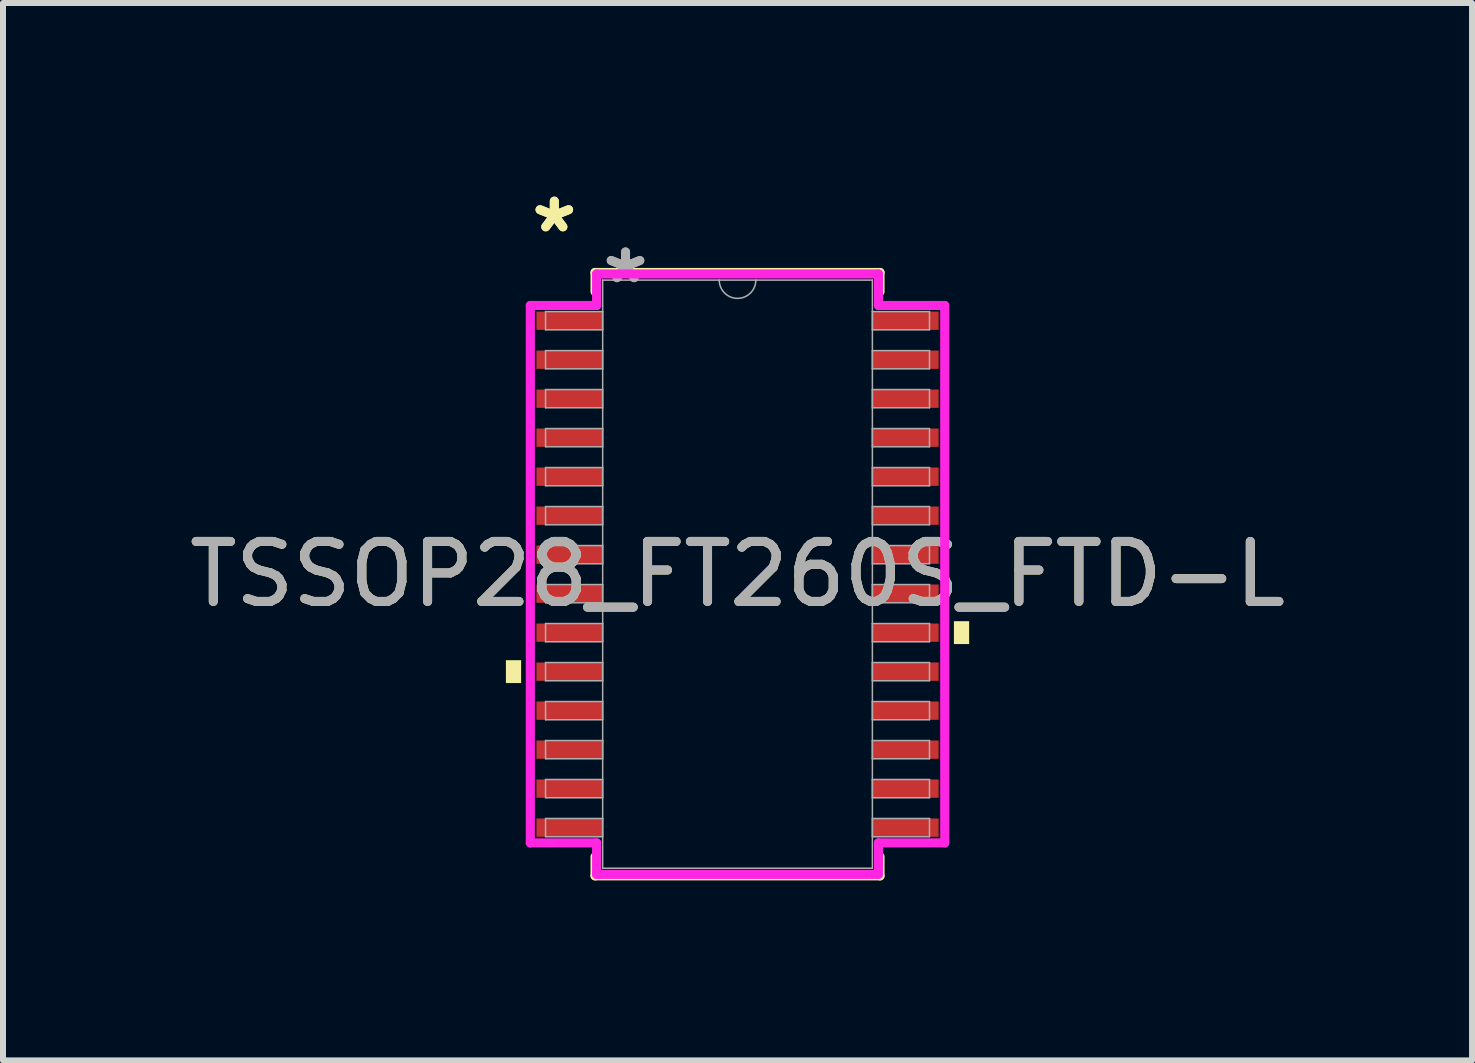
<source format=kicad_pcb>
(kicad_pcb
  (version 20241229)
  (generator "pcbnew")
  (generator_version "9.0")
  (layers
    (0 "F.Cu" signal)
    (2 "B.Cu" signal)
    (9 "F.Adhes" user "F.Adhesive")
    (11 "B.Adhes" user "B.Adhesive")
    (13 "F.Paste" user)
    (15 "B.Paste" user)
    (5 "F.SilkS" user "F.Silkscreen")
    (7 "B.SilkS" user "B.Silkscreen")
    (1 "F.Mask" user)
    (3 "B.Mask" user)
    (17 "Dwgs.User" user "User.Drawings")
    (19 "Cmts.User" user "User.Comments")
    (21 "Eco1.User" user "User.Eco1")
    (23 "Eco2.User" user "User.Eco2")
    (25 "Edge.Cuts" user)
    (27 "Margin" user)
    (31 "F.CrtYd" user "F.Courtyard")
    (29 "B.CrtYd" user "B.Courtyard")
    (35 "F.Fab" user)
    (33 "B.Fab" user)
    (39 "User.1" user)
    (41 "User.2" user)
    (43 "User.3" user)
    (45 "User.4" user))
  (footprint "TSSOP28_FT260S_FTD-L"
    (layer "F.Cu")
    (at 9.244 6.521)
    (property "Reference" "TSSOP28_FT260S_FTD-L" (at 0 0 0) (unlocked yes) (layer "F.SilkS") (effects (font (size 1 1) (thickness 0.15))))
    (attr smd)
    (fp_line (start -2.375 -5.029) (end -2.375 -4.71) (stroke (width 0.152) (type solid)) (layer "F.SilkS"))
    (fp_line (start -2.375 4.71) (end -2.375 5.029) (stroke (width 0.152) (type solid)) (layer "F.SilkS"))
    (fp_line (start -2.375 5.029) (end 2.375 5.029) (stroke (width 0.152) (type solid)) (layer "F.SilkS"))
    (fp_line (start 2.375 -5.029) (end -2.375 -5.029) (stroke (width 0.152) (type solid)) (layer "F.SilkS"))
    (fp_line (start 2.375 -4.71) (end 2.375 -5.029) (stroke (width 0.152) (type solid)) (layer "F.SilkS"))
    (fp_line (start 2.375 5.029) (end 2.375 4.71) (stroke (width 0.152) (type solid)) (layer "F.SilkS"))
    (fp_poly (pts (xy -3.861 1.434) (xy -3.861 1.815) (xy -3.607 1.815) (xy -3.607 1.434)) (stroke (width 0) (type solid)) (fill yes) (layer "F.SilkS"))
    (fp_poly (pts (xy 3.861 0.784) (xy 3.861 1.165) (xy 3.607 1.165) (xy 3.607 0.784)) (stroke (width 0) (type solid)) (fill yes) (layer "F.SilkS"))
    (fp_line (start -3.454 -4.479) (end -2.349 -4.479) (stroke (width 0.152) (type solid)) (layer "F.CrtYd"))
    (fp_line (start -3.454 4.479) (end -3.454 -4.479) (stroke (width 0.152) (type solid)) (layer "F.CrtYd"))
    (fp_line (start -3.454 4.479) (end -2.349 4.479) (stroke (width 0.152) (type solid)) (layer "F.CrtYd"))
    (fp_line (start -2.349 -5.004) (end 2.349 -5.004) (stroke (width 0.152) (type solid)) (layer "F.CrtYd"))
    (fp_line (start -2.349 -4.479) (end -2.349 -5.004) (stroke (width 0.152) (type solid)) (layer "F.CrtYd"))
    (fp_line (start -2.349 5.004) (end -2.349 4.479) (stroke (width 0.152) (type solid)) (layer "F.CrtYd"))
    (fp_line (start 2.349 -5.004) (end 2.349 -4.479) (stroke (width 0.152) (type solid)) (layer "F.CrtYd"))
    (fp_line (start 2.349 4.479) (end 2.349 5.004) (stroke (width 0.152) (type solid)) (layer "F.CrtYd"))
    (fp_line (start 2.349 5.004) (end -2.349 5.004) (stroke (width 0.152) (type solid)) (layer "F.CrtYd"))
    (fp_line (start 3.454 -4.479) (end 2.349 -4.479) (stroke (width 0.152) (type solid)) (layer "F.CrtYd"))
    (fp_line (start 3.454 -4.479) (end 3.454 4.479) (stroke (width 0.152) (type solid)) (layer "F.CrtYd"))
    (fp_line (start 3.454 4.479) (end 2.349 4.479) (stroke (width 0.152) (type solid)) (layer "F.CrtYd"))
    (fp_line (start -3.2 -4.377) (end -3.2 -4.073) (stroke (width 0.025) (type solid)) (layer "F.Fab"))
    (fp_line (start -3.2 -4.073) (end -2.248 -4.073) (stroke (width 0.025) (type solid)) (layer "F.Fab"))
    (fp_line (start -3.2 -3.727) (end -3.2 -3.423) (stroke (width 0.025) (type solid)) (layer "F.Fab"))
    (fp_line (start -3.2 -3.423) (end -2.248 -3.423) (stroke (width 0.025) (type solid)) (layer "F.Fab"))
    (fp_line (start -3.2 -3.077) (end -3.2 -2.773) (stroke (width 0.025) (type solid)) (layer "F.Fab"))
    (fp_line (start -3.2 -2.773) (end -2.248 -2.773) (stroke (width 0.025) (type solid)) (layer "F.Fab"))
    (fp_line (start -3.2 -2.427) (end -3.2 -2.123) (stroke (width 0.025) (type solid)) (layer "F.Fab"))
    (fp_line (start -3.2 -2.123) (end -2.248 -2.123) (stroke (width 0.025) (type solid)) (layer "F.Fab"))
    (fp_line (start -3.2 -1.777) (end -3.2 -1.473) (stroke (width 0.025) (type solid)) (layer "F.Fab"))
    (fp_line (start -3.2 -1.473) (end -2.248 -1.473) (stroke (width 0.025) (type solid)) (layer "F.Fab"))
    (fp_line (start -3.2 -1.127) (end -3.2 -0.823) (stroke (width 0.025) (type solid)) (layer "F.Fab"))
    (fp_line (start -3.2 -0.823) (end -2.248 -0.823) (stroke (width 0.025) (type solid)) (layer "F.Fab"))
    (fp_line (start -3.2 -0.477) (end -3.2 -0.173) (stroke (width 0.025) (type solid)) (layer "F.Fab"))
    (fp_line (start -3.2 -0.173) (end -2.248 -0.173) (stroke (width 0.025) (type solid)) (layer "F.Fab"))
    (fp_line (start -3.2 0.173) (end -3.2 0.477) (stroke (width 0.025) (type solid)) (layer "F.Fab"))
    (fp_line (start -3.2 0.477) (end -2.248 0.477) (stroke (width 0.025) (type solid)) (layer "F.Fab"))
    (fp_line (start -3.2 0.823) (end -3.2 1.127) (stroke (width 0.025) (type solid)) (layer "F.Fab"))
    (fp_line (start -3.2 1.127) (end -2.248 1.127) (stroke (width 0.025) (type solid)) (layer "F.Fab"))
    (fp_line (start -3.2 1.473) (end -3.2 1.777) (stroke (width 0.025) (type solid)) (layer "F.Fab"))
    (fp_line (start -3.2 1.777) (end -2.248 1.777) (stroke (width 0.025) (type solid)) (layer "F.Fab"))
    (fp_line (start -3.2 2.123) (end -3.2 2.427) (stroke (width 0.025) (type solid)) (layer "F.Fab"))
    (fp_line (start -3.2 2.427) (end -2.248 2.427) (stroke (width 0.025) (type solid)) (layer "F.Fab"))
    (fp_line (start -3.2 2.773) (end -3.2 3.077) (stroke (width 0.025) (type solid)) (layer "F.Fab"))
    (fp_line (start -3.2 3.077) (end -2.248 3.077) (stroke (width 0.025) (type solid)) (layer "F.Fab"))
    (fp_line (start -3.2 3.423) (end -3.2 3.727) (stroke (width 0.025) (type solid)) (layer "F.Fab"))
    (fp_line (start -3.2 3.727) (end -2.248 3.727) (stroke (width 0.025) (type solid)) (layer "F.Fab"))
    (fp_line (start -3.2 4.073) (end -3.2 4.377) (stroke (width 0.025) (type solid)) (layer "F.Fab"))
    (fp_line (start -3.2 4.377) (end -2.248 4.377) (stroke (width 0.025) (type solid)) (layer "F.Fab"))
    (fp_line (start -2.248 -4.902) (end -2.248 4.902) (stroke (width 0.025) (type solid)) (layer "F.Fab"))
    (fp_line (start -2.248 -4.377) (end -3.2 -4.377) (stroke (width 0.025) (type solid)) (layer "F.Fab"))
    (fp_line (start -2.248 -4.073) (end -2.248 -4.377) (stroke (width 0.025) (type solid)) (layer "F.Fab"))
    (fp_line (start -2.248 -3.727) (end -3.2 -3.727) (stroke (width 0.025) (type solid)) (layer "F.Fab"))
    (fp_line (start -2.248 -3.423) (end -2.248 -3.727) (stroke (width 0.025) (type solid)) (layer "F.Fab"))
    (fp_line (start -2.248 -3.077) (end -3.2 -3.077) (stroke (width 0.025) (type solid)) (layer "F.Fab"))
    (fp_line (start -2.248 -2.773) (end -2.248 -3.077) (stroke (width 0.025) (type solid)) (layer "F.Fab"))
    (fp_line (start -2.248 -2.427) (end -3.2 -2.427) (stroke (width 0.025) (type solid)) (layer "F.Fab"))
    (fp_line (start -2.248 -2.123) (end -2.248 -2.427) (stroke (width 0.025) (type solid)) (layer "F.Fab"))
    (fp_line (start -2.248 -1.777) (end -3.2 -1.777) (stroke (width 0.025) (type solid)) (layer "F.Fab"))
    (fp_line (start -2.248 -1.473) (end -2.248 -1.777) (stroke (width 0.025) (type solid)) (layer "F.Fab"))
    (fp_line (start -2.248 -1.127) (end -3.2 -1.127) (stroke (width 0.025) (type solid)) (layer "F.Fab"))
    (fp_line (start -2.248 -0.823) (end -2.248 -1.127) (stroke (width 0.025) (type solid)) (layer "F.Fab"))
    (fp_line (start -2.248 -0.477) (end -3.2 -0.477) (stroke (width 0.025) (type solid)) (layer "F.Fab"))
    (fp_line (start -2.248 -0.173) (end -2.248 -0.477) (stroke (width 0.025) (type solid)) (layer "F.Fab"))
    (fp_line (start -2.248 0.173) (end -3.2 0.173) (stroke (width 0.025) (type solid)) (layer "F.Fab"))
    (fp_line (start -2.248 0.477) (end -2.248 0.173) (stroke (width 0.025) (type solid)) (layer "F.Fab"))
    (fp_line (start -2.248 0.823) (end -3.2 0.823) (stroke (width 0.025) (type solid)) (layer "F.Fab"))
    (fp_line (start -2.248 1.127) (end -2.248 0.823) (stroke (width 0.025) (type solid)) (layer "F.Fab"))
    (fp_line (start -2.248 1.473) (end -3.2 1.473) (stroke (width 0.025) (type solid)) (layer "F.Fab"))
    (fp_line (start -2.248 1.777) (end -2.248 1.473) (stroke (width 0.025) (type solid)) (layer "F.Fab"))
    (fp_line (start -2.248 2.123) (end -3.2 2.123) (stroke (width 0.025) (type solid)) (layer "F.Fab"))
    (fp_line (start -2.248 2.427) (end -2.248 2.123) (stroke (width 0.025) (type solid)) (layer "F.Fab"))
    (fp_line (start -2.248 2.773) (end -3.2 2.773) (stroke (width 0.025) (type solid)) (layer "F.Fab"))
    (fp_line (start -2.248 3.077) (end -2.248 2.773) (stroke (width 0.025) (type solid)) (layer "F.Fab"))
    (fp_line (start -2.248 3.423) (end -3.2 3.423) (stroke (width 0.025) (type solid)) (layer "F.Fab"))
    (fp_line (start -2.248 3.727) (end -2.248 3.423) (stroke (width 0.025) (type solid)) (layer "F.Fab"))
    (fp_line (start -2.248 4.073) (end -3.2 4.073) (stroke (width 0.025) (type solid)) (layer "F.Fab"))
    (fp_line (start -2.248 4.377) (end -2.248 4.073) (stroke (width 0.025) (type solid)) (layer "F.Fab"))
    (fp_line (start -2.248 4.902) (end 2.248 4.902) (stroke (width 0.025) (type solid)) (layer "F.Fab"))
    (fp_line (start 2.248 -4.902) (end -2.248 -4.902) (stroke (width 0.025) (type solid)) (layer "F.Fab"))
    (fp_line (start 2.248 -4.377) (end 2.248 -4.073) (stroke (width 0.025) (type solid)) (layer "F.Fab"))
    (fp_line (start 2.248 -4.073) (end 3.2 -4.073) (stroke (width 0.025) (type solid)) (layer "F.Fab"))
    (fp_line (start 2.248 -3.727) (end 2.248 -3.423) (stroke (width 0.025) (type solid)) (layer "F.Fab"))
    (fp_line (start 2.248 -3.423) (end 3.2 -3.423) (stroke (width 0.025) (type solid)) (layer "F.Fab"))
    (fp_line (start 2.248 -3.077) (end 2.248 -2.773) (stroke (width 0.025) (type solid)) (layer "F.Fab"))
    (fp_line (start 2.248 -2.773) (end 3.2 -2.773) (stroke (width 0.025) (type solid)) (layer "F.Fab"))
    (fp_line (start 2.248 -2.427) (end 2.248 -2.123) (stroke (width 0.025) (type solid)) (layer "F.Fab"))
    (fp_line (start 2.248 -2.123) (end 3.2 -2.123) (stroke (width 0.025) (type solid)) (layer "F.Fab"))
    (fp_line (start 2.248 -1.777) (end 2.248 -1.473) (stroke (width 0.025) (type solid)) (layer "F.Fab"))
    (fp_line (start 2.248 -1.473) (end 3.2 -1.473) (stroke (width 0.025) (type solid)) (layer "F.Fab"))
    (fp_line (start 2.248 -1.127) (end 2.248 -0.823) (stroke (width 0.025) (type solid)) (layer "F.Fab"))
    (fp_line (start 2.248 -0.823) (end 3.2 -0.823) (stroke (width 0.025) (type solid)) (layer "F.Fab"))
    (fp_line (start 2.248 -0.477) (end 2.248 -0.173) (stroke (width 0.025) (type solid)) (layer "F.Fab"))
    (fp_line (start 2.248 -0.173) (end 3.2 -0.173) (stroke (width 0.025) (type solid)) (layer "F.Fab"))
    (fp_line (start 2.248 0.173) (end 2.248 0.477) (stroke (width 0.025) (type solid)) (layer "F.Fab"))
    (fp_line (start 2.248 0.477) (end 3.2 0.477) (stroke (width 0.025) (type solid)) (layer "F.Fab"))
    (fp_line (start 2.248 0.823) (end 2.248 1.127) (stroke (width 0.025) (type solid)) (layer "F.Fab"))
    (fp_line (start 2.248 1.127) (end 3.2 1.127) (stroke (width 0.025) (type solid)) (layer "F.Fab"))
    (fp_line (start 2.248 1.473) (end 2.248 1.777) (stroke (width 0.025) (type solid)) (layer "F.Fab"))
    (fp_line (start 2.248 1.777) (end 3.2 1.777) (stroke (width 0.025) (type solid)) (layer "F.Fab"))
    (fp_line (start 2.248 2.123) (end 2.248 2.427) (stroke (width 0.025) (type solid)) (layer "F.Fab"))
    (fp_line (start 2.248 2.427) (end 3.2 2.427) (stroke (width 0.025) (type solid)) (layer "F.Fab"))
    (fp_line (start 2.248 2.773) (end 2.248 3.077) (stroke (width 0.025) (type solid)) (layer "F.Fab"))
    (fp_line (start 2.248 3.077) (end 3.2 3.077) (stroke (width 0.025) (type solid)) (layer "F.Fab"))
    (fp_line (start 2.248 3.423) (end 2.248 3.727) (stroke (width 0.025) (type solid)) (layer "F.Fab"))
    (fp_line (start 2.248 3.727) (end 3.2 3.727) (stroke (width 0.025) (type solid)) (layer "F.Fab"))
    (fp_line (start 2.248 4.073) (end 2.248 4.377) (stroke (width 0.025) (type solid)) (layer "F.Fab"))
    (fp_line (start 2.248 4.377) (end 3.2 4.377) (stroke (width 0.025) (type solid)) (layer "F.Fab"))
    (fp_line (start 2.248 4.902) (end 2.248 -4.902) (stroke (width 0.025) (type solid)) (layer "F.Fab"))
    (fp_line (start 3.2 -4.377) (end 2.248 -4.377) (stroke (width 0.025) (type solid)) (layer "F.Fab"))
    (fp_line (start 3.2 -4.073) (end 3.2 -4.377) (stroke (width 0.025) (type solid)) (layer "F.Fab"))
    (fp_line (start 3.2 -3.727) (end 2.248 -3.727) (stroke (width 0.025) (type solid)) (layer "F.Fab"))
    (fp_line (start 3.2 -3.423) (end 3.2 -3.727) (stroke (width 0.025) (type solid)) (layer "F.Fab"))
    (fp_line (start 3.2 -3.077) (end 2.248 -3.077) (stroke (width 0.025) (type solid)) (layer "F.Fab"))
    (fp_line (start 3.2 -2.773) (end 3.2 -3.077) (stroke (width 0.025) (type solid)) (layer "F.Fab"))
    (fp_line (start 3.2 -2.427) (end 2.248 -2.427) (stroke (width 0.025) (type solid)) (layer "F.Fab"))
    (fp_line (start 3.2 -2.123) (end 3.2 -2.427) (stroke (width 0.025) (type solid)) (layer "F.Fab"))
    (fp_line (start 3.2 -1.777) (end 2.248 -1.777) (stroke (width 0.025) (type solid)) (layer "F.Fab"))
    (fp_line (start 3.2 -1.473) (end 3.2 -1.777) (stroke (width 0.025) (type solid)) (layer "F.Fab"))
    (fp_line (start 3.2 -1.127) (end 2.248 -1.127) (stroke (width 0.025) (type solid)) (layer "F.Fab"))
    (fp_line (start 3.2 -0.823) (end 3.2 -1.127) (stroke (width 0.025) (type solid)) (layer "F.Fab"))
    (fp_line (start 3.2 -0.477) (end 2.248 -0.477) (stroke (width 0.025) (type solid)) (layer "F.Fab"))
    (fp_line (start 3.2 -0.173) (end 3.2 -0.477) (stroke (width 0.025) (type solid)) (layer "F.Fab"))
    (fp_line (start 3.2 0.173) (end 2.248 0.173) (stroke (width 0.025) (type solid)) (layer "F.Fab"))
    (fp_line (start 3.2 0.477) (end 3.2 0.173) (stroke (width 0.025) (type solid)) (layer "F.Fab"))
    (fp_line (start 3.2 0.823) (end 2.248 0.823) (stroke (width 0.025) (type solid)) (layer "F.Fab"))
    (fp_line (start 3.2 1.127) (end 3.2 0.823) (stroke (width 0.025) (type solid)) (layer "F.Fab"))
    (fp_line (start 3.2 1.473) (end 2.248 1.473) (stroke (width 0.025) (type solid)) (layer "F.Fab"))
    (fp_line (start 3.2 1.777) (end 3.2 1.473) (stroke (width 0.025) (type solid)) (layer "F.Fab"))
    (fp_line (start 3.2 2.123) (end 2.248 2.123) (stroke (width 0.025) (type solid)) (layer "F.Fab"))
    (fp_line (start 3.2 2.427) (end 3.2 2.123) (stroke (width 0.025) (type solid)) (layer "F.Fab"))
    (fp_line (start 3.2 2.773) (end 2.248 2.773) (stroke (width 0.025) (type solid)) (layer "F.Fab"))
    (fp_line (start 3.2 3.077) (end 3.2 2.773) (stroke (width 0.025) (type solid)) (layer "F.Fab"))
    (fp_line (start 3.2 3.423) (end 2.248 3.423) (stroke (width 0.025) (type solid)) (layer "F.Fab"))
    (fp_line (start 3.2 3.727) (end 3.2 3.423) (stroke (width 0.025) (type solid)) (layer "F.Fab"))
    (fp_line (start 3.2 4.073) (end 2.248 4.073) (stroke (width 0.025) (type solid)) (layer "F.Fab"))
    (fp_line (start 3.2 4.377) (end 3.2 4.073) (stroke (width 0.025) (type solid)) (layer "F.Fab"))
    (fp_arc (start 0.3048 -4.9022) (mid 0 -4.5974) (end -0.3048 -4.9022) (stroke (width 0.0254) (type solid)) (layer "F.Fab"))
    (fp_text user "*" (at -3.054 -5.673 0) (unlocked yes) (layer "F.SilkS") (effects (font (size 1 1) (thickness 0.15))))
    (fp_text user "*" (at -3.054 -5.673 0) (layer "F.SilkS") (effects (font (size 1 1) (thickness 0.15))))
    (fp_text user "*" (at -1.867 -4.826 0) (unlocked yes) (layer "F.Fab") (effects (font (size 1 1) (thickness 0.15))))
    (fp_text user "${REFERENCE}" (at 0 0 0) (unlocked yes) (layer "F.Fab") (effects (font (size 1 1) (thickness 0.15))))
    (fp_text user "*" (at -1.867 -4.826 0) (layer "F.Fab") (effects (font (size 1 1) (thickness 0.15))))
    (pad "1" smd rect (at -2.8 -4.225) (size 1.105 0.305) (layers "F.Cu" "F.Mask" "F.Paste"))
    (pad "2" smd rect (at -2.8 -3.575) (size 1.105 0.305) (layers "F.Cu" "F.Mask" "F.Paste"))
    (pad "3" smd rect (at -2.8 -2.925) (size 1.105 0.305) (layers "F.Cu" "F.Mask" "F.Paste"))
    (pad "4" smd rect (at -2.8 -2.275) (size 1.105 0.305) (layers "F.Cu" "F.Mask" "F.Paste"))
    (pad "5" smd rect (at -2.8 -1.625) (size 1.105 0.305) (layers "F.Cu" "F.Mask" "F.Paste"))
    (pad "6" smd rect (at -2.8 -0.975) (size 1.105 0.305) (layers "F.Cu" "F.Mask" "F.Paste"))
    (pad "7" smd rect (at -2.8 -0.325) (size 1.105 0.305) (layers "F.Cu" "F.Mask" "F.Paste"))
    (pad "8" smd rect (at -2.8 0.325) (size 1.105 0.305) (layers "F.Cu" "F.Mask" "F.Paste"))
    (pad "9" smd rect (at -2.8 0.975) (size 1.105 0.305) (layers "F.Cu" "F.Mask" "F.Paste"))
    (pad "10" smd rect (at -2.8 1.625) (size 1.105 0.305) (layers "F.Cu" "F.Mask" "F.Paste"))
    (pad "11" smd rect (at -2.8 2.275) (size 1.105 0.305) (layers "F.Cu" "F.Mask" "F.Paste"))
    (pad "12" smd rect (at -2.8 2.925) (size 1.105 0.305) (layers "F.Cu" "F.Mask" "F.Paste"))
    (pad "13" smd rect (at -2.8 3.575) (size 1.105 0.305) (layers "F.Cu" "F.Mask" "F.Paste"))
    (pad "14" smd rect (at -2.8 4.225) (size 1.105 0.305) (layers "F.Cu" "F.Mask" "F.Paste"))
    (pad "15" smd rect (at 2.8 4.225) (size 1.105 0.305) (layers "F.Cu" "F.Mask" "F.Paste"))
    (pad "16" smd rect (at 2.8 3.575) (size 1.105 0.305) (layers "F.Cu" "F.Mask" "F.Paste"))
    (pad "17" smd rect (at 2.8 2.925) (size 1.105 0.305) (layers "F.Cu" "F.Mask" "F.Paste"))
    (pad "18" smd rect (at 2.8 2.275) (size 1.105 0.305) (layers "F.Cu" "F.Mask" "F.Paste"))
    (pad "19" smd rect (at 2.8 1.625) (size 1.105 0.305) (layers "F.Cu" "F.Mask" "F.Paste"))
    (pad "20" smd rect (at 2.8 0.975) (size 1.105 0.305) (layers "F.Cu" "F.Mask" "F.Paste"))
    (pad "21" smd rect (at 2.8 0.325) (size 1.105 0.305) (layers "F.Cu" "F.Mask" "F.Paste"))
    (pad "22" smd rect (at 2.8 -0.325) (size 1.105 0.305) (layers "F.Cu" "F.Mask" "F.Paste"))
    (pad "23" smd rect (at 2.8 -0.975) (size 1.105 0.305) (layers "F.Cu" "F.Mask" "F.Paste"))
    (pad "24" smd rect (at 2.8 -1.625) (size 1.105 0.305) (layers "F.Cu" "F.Mask" "F.Paste"))
    (pad "25" smd rect (at 2.8 -2.275) (size 1.105 0.305) (layers "F.Cu" "F.Mask" "F.Paste"))
    (pad "26" smd rect (at 2.8 -2.925) (size 1.105 0.305) (layers "F.Cu" "F.Mask" "F.Paste"))
    (pad "27" smd rect (at 2.8 -3.575) (size 1.105 0.305) (layers "F.Cu" "F.Mask" "F.Paste"))
    (pad "28" smd rect (at 2.8 -4.225) (size 1.105 0.305) (layers "F.Cu" "F.Mask" "F.Paste")))
  (gr_rect
    (start -3 -3)
    (end 21.488 14.626)
    (stroke (width 0.1) (type default))
    (fill no)
    (layer "Edge.Cuts")))
</source>
